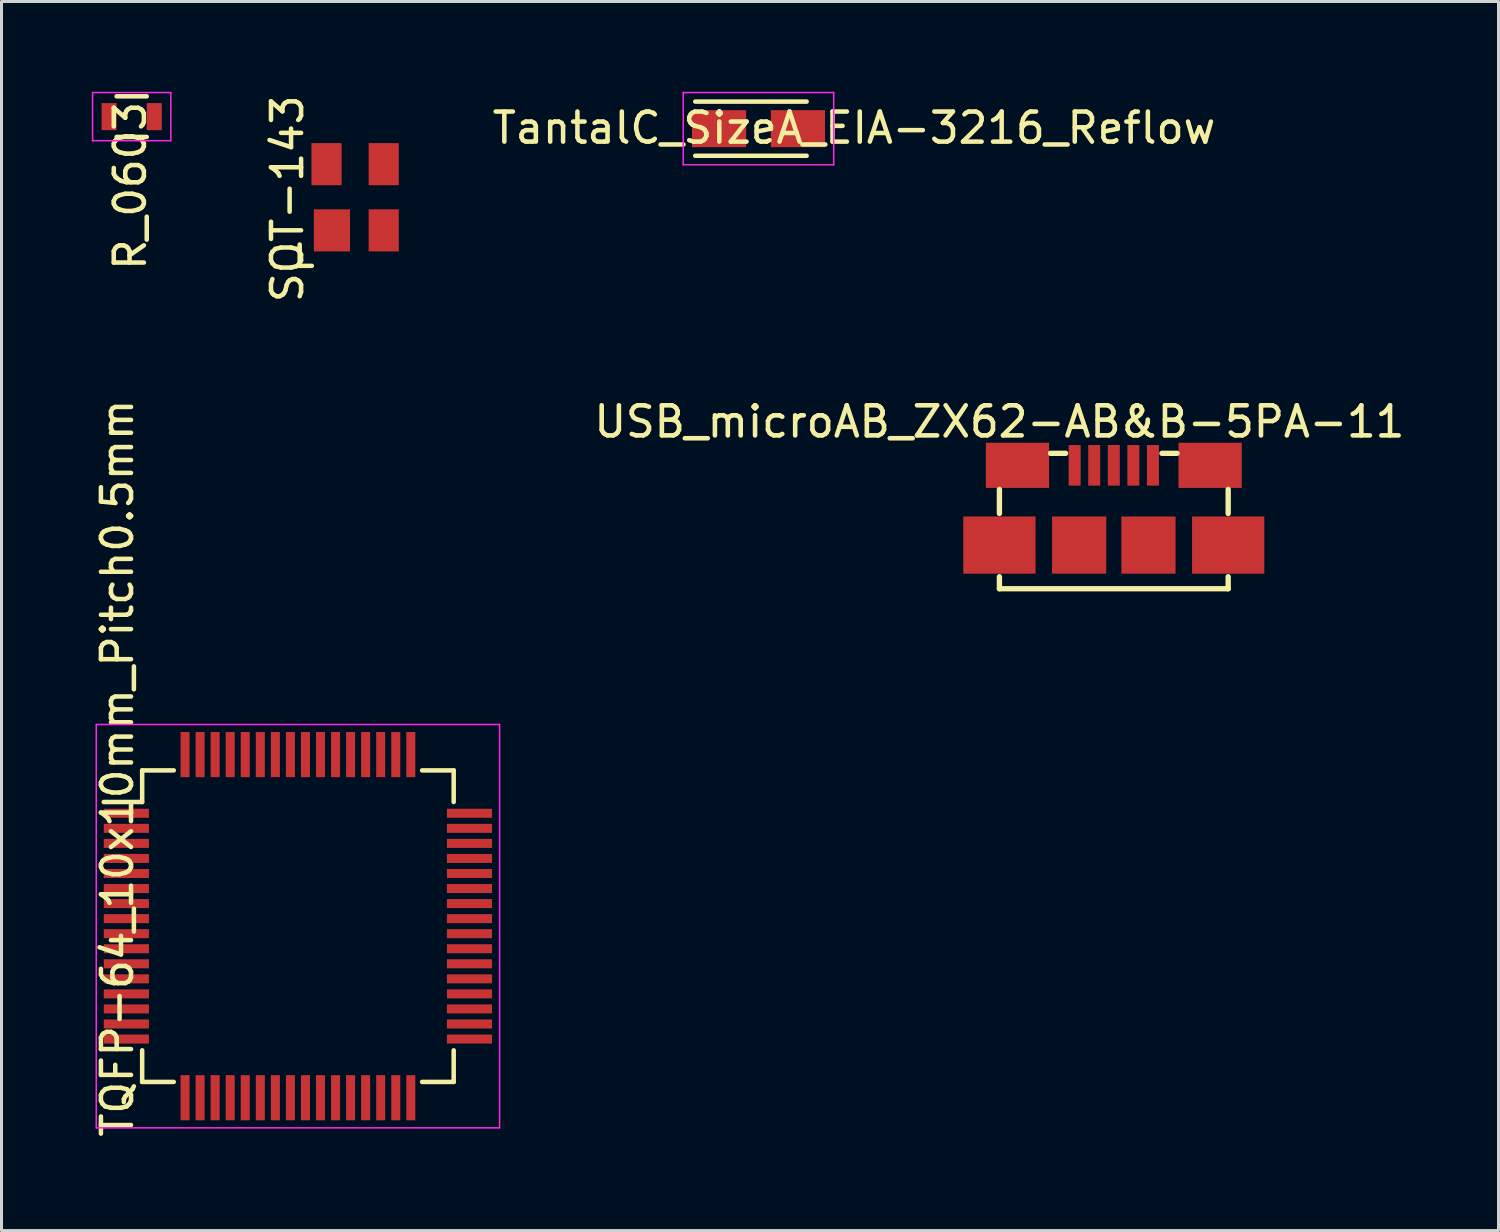
<source format=kicad_pcb>
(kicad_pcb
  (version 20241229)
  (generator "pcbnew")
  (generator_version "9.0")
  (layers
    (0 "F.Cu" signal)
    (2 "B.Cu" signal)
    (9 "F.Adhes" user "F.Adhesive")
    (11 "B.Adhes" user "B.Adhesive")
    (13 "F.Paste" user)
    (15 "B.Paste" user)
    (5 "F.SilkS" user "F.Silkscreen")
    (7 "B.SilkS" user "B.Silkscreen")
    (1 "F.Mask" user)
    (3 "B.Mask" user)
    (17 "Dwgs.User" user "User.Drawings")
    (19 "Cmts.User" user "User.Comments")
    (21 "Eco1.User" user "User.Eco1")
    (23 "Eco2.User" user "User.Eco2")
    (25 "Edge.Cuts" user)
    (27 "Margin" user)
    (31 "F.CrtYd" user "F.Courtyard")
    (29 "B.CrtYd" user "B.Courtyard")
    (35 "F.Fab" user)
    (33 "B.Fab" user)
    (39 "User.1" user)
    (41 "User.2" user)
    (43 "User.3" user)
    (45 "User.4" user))
  (footprint "TQFP-64_10x10mm_Pitch0.5mm"
    (layer "F.Cu")
    (at 6.848 27.72)
    (property "Reference" "TQFP-64_10x10mm_Pitch0.5mm" (at -6 -5.25 90) (layer "F.SilkS") (effects (font (size 1 1) (thickness 0.15))))
    (attr smd)
    (fp_line (start -5.175 -5.175) (end -5.175 -4.125) (stroke (width 0.15) (type solid)) (layer "F.SilkS"))
    (fp_line (start -5.175 -5.175) (end -4.125 -5.175) (stroke (width 0.15) (type solid)) (layer "F.SilkS"))
    (fp_line (start -5.175 -4.125) (end -6.45 -4.125) (stroke (width 0.15) (type solid)) (layer "F.SilkS"))
    (fp_line (start -5.175 5.175) (end -5.175 4.125) (stroke (width 0.15) (type solid)) (layer "F.SilkS"))
    (fp_line (start -5.175 5.175) (end -4.125 5.175) (stroke (width 0.15) (type solid)) (layer "F.SilkS"))
    (fp_line (start 5.175 -5.175) (end 4.125 -5.175) (stroke (width 0.15) (type solid)) (layer "F.SilkS"))
    (fp_line (start 5.175 -5.175) (end 5.175 -4.125) (stroke (width 0.15) (type solid)) (layer "F.SilkS"))
    (fp_line (start 5.175 5.175) (end 4.125 5.175) (stroke (width 0.15) (type solid)) (layer "F.SilkS"))
    (fp_line (start 5.175 5.175) (end 5.175 4.125) (stroke (width 0.15) (type solid)) (layer "F.SilkS"))
    (fp_line (start -6.7 -6.7) (end -6.7 6.7) (stroke (width 0.05) (type solid)) (layer "F.CrtYd"))
    (fp_line (start -6.7 -6.7) (end 6.7 -6.7) (stroke (width 0.05) (type solid)) (layer "F.CrtYd"))
    (fp_line (start -6.7 6.7) (end 6.7 6.7) (stroke (width 0.05) (type solid)) (layer "F.CrtYd"))
    (fp_line (start 6.7 -6.7) (end 6.7 6.7) (stroke (width 0.05) (type solid)) (layer "F.CrtYd"))
    (pad "1" smd rect (at -5.7 -3.75) (size 1.5 0.3) (layers "F.Cu" "F.Mask" "F.Paste"))
    (pad "2" smd rect (at -5.7 -3.25) (size 1.5 0.3) (layers "F.Cu" "F.Mask" "F.Paste"))
    (pad "3" smd rect (at -5.7 -2.75) (size 1.5 0.3) (layers "F.Cu" "F.Mask" "F.Paste"))
    (pad "4" smd rect (at -5.7 -2.25) (size 1.5 0.3) (layers "F.Cu" "F.Mask" "F.Paste"))
    (pad "5" smd rect (at -5.7 -1.75) (size 1.5 0.3) (layers "F.Cu" "F.Mask" "F.Paste"))
    (pad "6" smd rect (at -5.7 -1.25) (size 1.5 0.3) (layers "F.Cu" "F.Mask" "F.Paste"))
    (pad "7" smd rect (at -5.7 -0.75) (size 1.5 0.3) (layers "F.Cu" "F.Mask" "F.Paste"))
    (pad "8" smd rect (at -5.7 -0.25) (size 1.5 0.3) (layers "F.Cu" "F.Mask" "F.Paste"))
    (pad "9" smd rect (at -5.7 0.25) (size 1.5 0.3) (layers "F.Cu" "F.Mask" "F.Paste"))
    (pad "10" smd rect (at -5.7 0.75) (size 1.5 0.3) (layers "F.Cu" "F.Mask" "F.Paste"))
    (pad "11" smd rect (at -5.7 1.25) (size 1.5 0.3) (layers "F.Cu" "F.Mask" "F.Paste"))
    (pad "12" smd rect (at -5.7 1.75) (size 1.5 0.3) (layers "F.Cu" "F.Mask" "F.Paste"))
    (pad "13" smd rect (at -5.7 2.25) (size 1.5 0.3) (layers "F.Cu" "F.Mask" "F.Paste"))
    (pad "14" smd rect (at -5.7 2.75) (size 1.5 0.3) (layers "F.Cu" "F.Mask" "F.Paste"))
    (pad "15" smd rect (at -5.7 3.25) (size 1.5 0.3) (layers "F.Cu" "F.Mask" "F.Paste"))
    (pad "16" smd rect (at -5.7 3.75) (size 1.5 0.3) (layers "F.Cu" "F.Mask" "F.Paste"))
    (pad "17" smd rect (at -3.75 5.7 90) (size 1.5 0.3) (layers "F.Cu" "F.Mask" "F.Paste"))
    (pad "18" smd rect (at -3.25 5.7 90) (size 1.5 0.3) (layers "F.Cu" "F.Mask" "F.Paste"))
    (pad "19" smd rect (at -2.75 5.7 90) (size 1.5 0.3) (layers "F.Cu" "F.Mask" "F.Paste"))
    (pad "20" smd rect (at -2.25 5.7 90) (size 1.5 0.3) (layers "F.Cu" "F.Mask" "F.Paste"))
    (pad "21" smd rect (at -1.75 5.7 90) (size 1.5 0.3) (layers "F.Cu" "F.Mask" "F.Paste"))
    (pad "22" smd rect (at -1.25 5.7 90) (size 1.5 0.3) (layers "F.Cu" "F.Mask" "F.Paste"))
    (pad "23" smd rect (at -0.75 5.7 90) (size 1.5 0.3) (layers "F.Cu" "F.Mask" "F.Paste"))
    (pad "24" smd rect (at -0.25 5.7 90) (size 1.5 0.3) (layers "F.Cu" "F.Mask" "F.Paste"))
    (pad "25" smd rect (at 0.25 5.7 90) (size 1.5 0.3) (layers "F.Cu" "F.Mask" "F.Paste"))
    (pad "26" smd rect (at 0.75 5.7 90) (size 1.5 0.3) (layers "F.Cu" "F.Mask" "F.Paste"))
    (pad "27" smd rect (at 1.25 5.7 90) (size 1.5 0.3) (layers "F.Cu" "F.Mask" "F.Paste"))
    (pad "28" smd rect (at 1.75 5.7 90) (size 1.5 0.3) (layers "F.Cu" "F.Mask" "F.Paste"))
    (pad "29" smd rect (at 2.25 5.7 90) (size 1.5 0.3) (layers "F.Cu" "F.Mask" "F.Paste"))
    (pad "30" smd rect (at 2.75 5.7 90) (size 1.5 0.3) (layers "F.Cu" "F.Mask" "F.Paste"))
    (pad "31" smd rect (at 3.25 5.7 90) (size 1.5 0.3) (layers "F.Cu" "F.Mask" "F.Paste"))
    (pad "32" smd rect (at 3.75 5.7 90) (size 1.5 0.3) (layers "F.Cu" "F.Mask" "F.Paste"))
    (pad "33" smd rect (at 5.7 3.75) (size 1.5 0.3) (layers "F.Cu" "F.Mask" "F.Paste"))
    (pad "34" smd rect (at 5.7 3.25) (size 1.5 0.3) (layers "F.Cu" "F.Mask" "F.Paste"))
    (pad "35" smd rect (at 5.7 2.75) (size 1.5 0.3) (layers "F.Cu" "F.Mask" "F.Paste"))
    (pad "36" smd rect (at 5.7 2.25) (size 1.5 0.3) (layers "F.Cu" "F.Mask" "F.Paste"))
    (pad "37" smd rect (at 5.7 1.75) (size 1.5 0.3) (layers "F.Cu" "F.Mask" "F.Paste"))
    (pad "38" smd rect (at 5.7 1.25) (size 1.5 0.3) (layers "F.Cu" "F.Mask" "F.Paste"))
    (pad "39" smd rect (at 5.7 0.75) (size 1.5 0.3) (layers "F.Cu" "F.Mask" "F.Paste"))
    (pad "40" smd rect (at 5.7 0.25) (size 1.5 0.3) (layers "F.Cu" "F.Mask" "F.Paste"))
    (pad "41" smd rect (at 5.7 -0.25) (size 1.5 0.3) (layers "F.Cu" "F.Mask" "F.Paste"))
    (pad "42" smd rect (at 5.7 -0.75) (size 1.5 0.3) (layers "F.Cu" "F.Mask" "F.Paste"))
    (pad "43" smd rect (at 5.7 -1.25) (size 1.5 0.3) (layers "F.Cu" "F.Mask" "F.Paste"))
    (pad "44" smd rect (at 5.7 -1.75) (size 1.5 0.3) (layers "F.Cu" "F.Mask" "F.Paste"))
    (pad "45" smd rect (at 5.7 -2.25) (size 1.5 0.3) (layers "F.Cu" "F.Mask" "F.Paste"))
    (pad "46" smd rect (at 5.7 -2.75) (size 1.5 0.3) (layers "F.Cu" "F.Mask" "F.Paste"))
    (pad "47" smd rect (at 5.7 -3.25) (size 1.5 0.3) (layers "F.Cu" "F.Mask" "F.Paste"))
    (pad "48" smd rect (at 5.7 -3.75) (size 1.5 0.3) (layers "F.Cu" "F.Mask" "F.Paste"))
    (pad "49" smd rect (at 3.75 -5.7 90) (size 1.5 0.3) (layers "F.Cu" "F.Mask" "F.Paste"))
    (pad "50" smd rect (at 3.25 -5.7 90) (size 1.5 0.3) (layers "F.Cu" "F.Mask" "F.Paste"))
    (pad "51" smd rect (at 2.75 -5.7 90) (size 1.5 0.3) (layers "F.Cu" "F.Mask" "F.Paste"))
    (pad "52" smd rect (at 2.25 -5.7 90) (size 1.5 0.3) (layers "F.Cu" "F.Mask" "F.Paste"))
    (pad "53" smd rect (at 1.75 -5.7 90) (size 1.5 0.3) (layers "F.Cu" "F.Mask" "F.Paste"))
    (pad "54" smd rect (at 1.25 -5.7 90) (size 1.5 0.3) (layers "F.Cu" "F.Mask" "F.Paste"))
    (pad "55" smd rect (at 0.75 -5.7 90) (size 1.5 0.3) (layers "F.Cu" "F.Mask" "F.Paste"))
    (pad "56" smd rect (at 0.25 -5.7 90) (size 1.5 0.3) (layers "F.Cu" "F.Mask" "F.Paste"))
    (pad "57" smd rect (at -0.25 -5.7 90) (size 1.5 0.3) (layers "F.Cu" "F.Mask" "F.Paste"))
    (pad "58" smd rect (at -0.75 -5.7 90) (size 1.5 0.3) (layers "F.Cu" "F.Mask" "F.Paste"))
    (pad "59" smd rect (at -1.25 -5.7 90) (size 1.5 0.3) (layers "F.Cu" "F.Mask" "F.Paste"))
    (pad "60" smd rect (at -1.75 -5.7 90) (size 1.5 0.3) (layers "F.Cu" "F.Mask" "F.Paste"))
    (pad "61" smd rect (at -2.25 -5.7 90) (size 1.5 0.3) (layers "F.Cu" "F.Mask" "F.Paste"))
    (pad "62" smd rect (at -2.75 -5.7 90) (size 1.5 0.3) (layers "F.Cu" "F.Mask" "F.Paste"))
    (pad "63" smd rect (at -3.25 -5.7 90) (size 1.5 0.3) (layers "F.Cu" "F.Mask" "F.Paste"))
    (pad "64" smd rect (at -3.75 -5.7 90) (size 1.5 0.3) (layers "F.Cu" "F.Mask" "F.Paste")))
  (footprint "SOT-143"
    (layer "F.Cu")
    (at 8.748 3.504)
    (property "Reference" "SOT-143" (at -2.25 0.05 270) (layer "F.SilkS") (effects (font (size 1 1) (thickness 0.15))))
    (attr smd)
    (fp_line (start -1.841 1.57) (end -1.841 2.278) (stroke (width 0.15) (type solid)) (layer "F.SilkS"))
    (fp_line (start -1.841 2.278) (end -1.44 2.278) (stroke (width 0.15) (type solid)) (layer "F.SilkS"))
    (pad "1" smd rect (at -0.77 1.1) (size 1.199 1.4) (layers "F.Cu" "F.Mask" "F.Paste"))
    (pad "2" smd rect (at 0.95 1.1) (size 1.001 1.4) (layers "F.Cu" "F.Mask" "F.Paste"))
    (pad "3" smd rect (at 0.95 -1.1) (size 1.001 1.4) (layers "F.Cu" "F.Mask" "F.Paste"))
    (pad "4" smd rect (at -0.95 -1.1) (size 1.001 1.4) (layers "F.Cu" "F.Mask" "F.Paste")))
  (footprint "TantalC_SizeA_EIA-3216_Reflow"
    (layer "F.Cu")
    (at 22.149 1.225)
    (property "Reference" "TantalC_SizeA_EIA-3216_Reflow" (at 3.175 -0.025 0) (layer "F.SilkS") (effects (font (size 1 1) (thickness 0.15))))
    (attr smd)
    (fp_line (start 1.6 -0.9) (end -2.1 -0.9) (stroke (width 0.15) (type solid)) (layer "F.SilkS"))
    (fp_line (start 1.6 0.9) (end -2.1 0.9) (stroke (width 0.15) (type solid)) (layer "F.SilkS"))
    (fp_line (start -2.5 -1.2) (end -2.5 1.2) (stroke (width 0.05) (type solid)) (layer "F.CrtYd"))
    (fp_line (start -2.5 1.2) (end 2.5 1.2) (stroke (width 0.05) (type solid)) (layer "F.CrtYd"))
    (fp_line (start 2.5 -1.2) (end -2.5 -1.2) (stroke (width 0.05) (type solid)) (layer "F.CrtYd"))
    (fp_line (start 2.5 1.2) (end 2.5 -1.2) (stroke (width 0.05) (type solid)) (layer "F.CrtYd"))
    (pad "1" smd rect (at -1.31 0) (size 1.8 1.23) (layers "F.Cu" "F.Mask" "F.Paste"))
    (pad "2" smd rect (at 1.31 0) (size 1.8 1.23) (layers "F.Cu" "F.Mask" "F.Paste")))
  (footprint "USB_microAB_ZX62-AB&B-5PA-11"
    (layer "F.Cu")
    (at 33.954 12.41)
    (property "Reference" "USB_microAB_ZX62-AB&B-5PA-11" (at -3.8 -1.45 0) (layer "F.SilkS") (effects (font (size 1 1) (thickness 0.152))))
    (attr smd)
    (fp_line (start -3.8 1.6) (end -3.8 0.8) (stroke (width 0.178) (type solid)) (layer "F.SilkS"))
    (fp_line (start -3.8 4.1) (end -3.8 3.701) (stroke (width 0.178) (type solid)) (layer "F.SilkS"))
    (fp_line (start -3.8 4.1) (end 3.8 4.1) (stroke (width 0.178) (type solid)) (layer "F.SilkS"))
    (fp_line (start -2.101 -0.399) (end -1.6 -0.399) (stroke (width 0.178) (type solid)) (layer "F.SilkS"))
    (fp_line (start 2.101 -0.399) (end 1.6 -0.399) (stroke (width 0.178) (type solid)) (layer "F.SilkS"))
    (fp_line (start 3.8 1.6) (end 3.8 0.8) (stroke (width 0.178) (type solid)) (layer "F.SilkS"))
    (fp_line (start 3.8 4.1) (end 3.8 3.701) (stroke (width 0.178) (type solid)) (layer "F.SilkS"))
    (pad "1" smd rect (at -1.3 0) (size 0.399 1.349) (layers "F.Cu" "F.Mask" "F.Paste"))
    (pad "2" smd rect (at -0.65 0) (size 0.399 1.349) (layers "F.Cu" "F.Mask" "F.Paste"))
    (pad "3" smd rect (at 0 0) (size 0.399 1.349) (layers "F.Cu" "F.Mask" "F.Paste"))
    (pad "4" smd rect (at 0.65 0) (size 0.399 1.349) (layers "F.Cu" "F.Mask" "F.Paste"))
    (pad "5" smd rect (at 1.3 0) (size 0.399 1.349) (layers "F.Cu" "F.Mask" "F.Paste"))
    (pad "6" smd rect (at -3.2 0) (size 2.101 1.501) (layers "F.Cu" "F.Mask" "F.Paste"))
    (pad "6" smd rect (at 3.2 0) (size 2.101 1.501) (layers "F.Cu" "F.Mask" "F.Paste"))
    (pad "7" smd rect (at -3.8 2.649) (size 2.4 1.9) (layers "F.Cu" "F.Mask" "F.Paste"))
    (pad "7" smd rect (at 3.8 2.649) (size 2.4 1.9) (layers "F.Cu" "F.Mask" "F.Paste"))
    (pad "8" smd rect (at -1.151 2.649) (size 1.801 1.9) (layers "F.Cu" "F.Mask" "F.Paste"))
    (pad "9" smd rect (at 1.151 2.649) (size 1.801 1.9) (layers "F.Cu" "F.Mask" "F.Paste")))
  (footprint "R_0603"
    (layer "F.Cu")
    (at 1.325 0.825)
    (property "Reference" "R_0603" (at -0.05 2.3 270) (layer "F.SilkS") (effects (font (size 1 1) (thickness 0.15))))
    (attr smd)
    (fp_line (start -0.5 -0.675) (end 0.5 -0.675) (stroke (width 0.15) (type solid)) (layer "F.SilkS"))
    (fp_line (start 0.5 0.675) (end -0.5 0.675) (stroke (width 0.15) (type solid)) (layer "F.SilkS"))
    (fp_line (start -1.3 -0.8) (end -1.3 0.8) (stroke (width 0.05) (type solid)) (layer "F.CrtYd"))
    (fp_line (start -1.3 -0.8) (end 1.3 -0.8) (stroke (width 0.05) (type solid)) (layer "F.CrtYd"))
    (fp_line (start -1.3 0.8) (end 1.3 0.8) (stroke (width 0.05) (type solid)) (layer "F.CrtYd"))
    (fp_line (start 1.3 -0.8) (end 1.3 0.8) (stroke (width 0.05) (type solid)) (layer "F.CrtYd"))
    (pad "1" smd rect (at -0.75 0) (size 0.5 0.9) (layers "F.Cu" "F.Mask" "F.Paste"))
    (pad "2" smd rect (at 0.75 0) (size 0.5 0.9) (layers "F.Cu" "F.Mask" "F.Paste")))
  (gr_rect
    (start -3 -3)
    (end 46.735 37.833)
    (stroke (width 0.1) (type default))
    (fill no)
    (layer "Edge.Cuts")))
</source>
